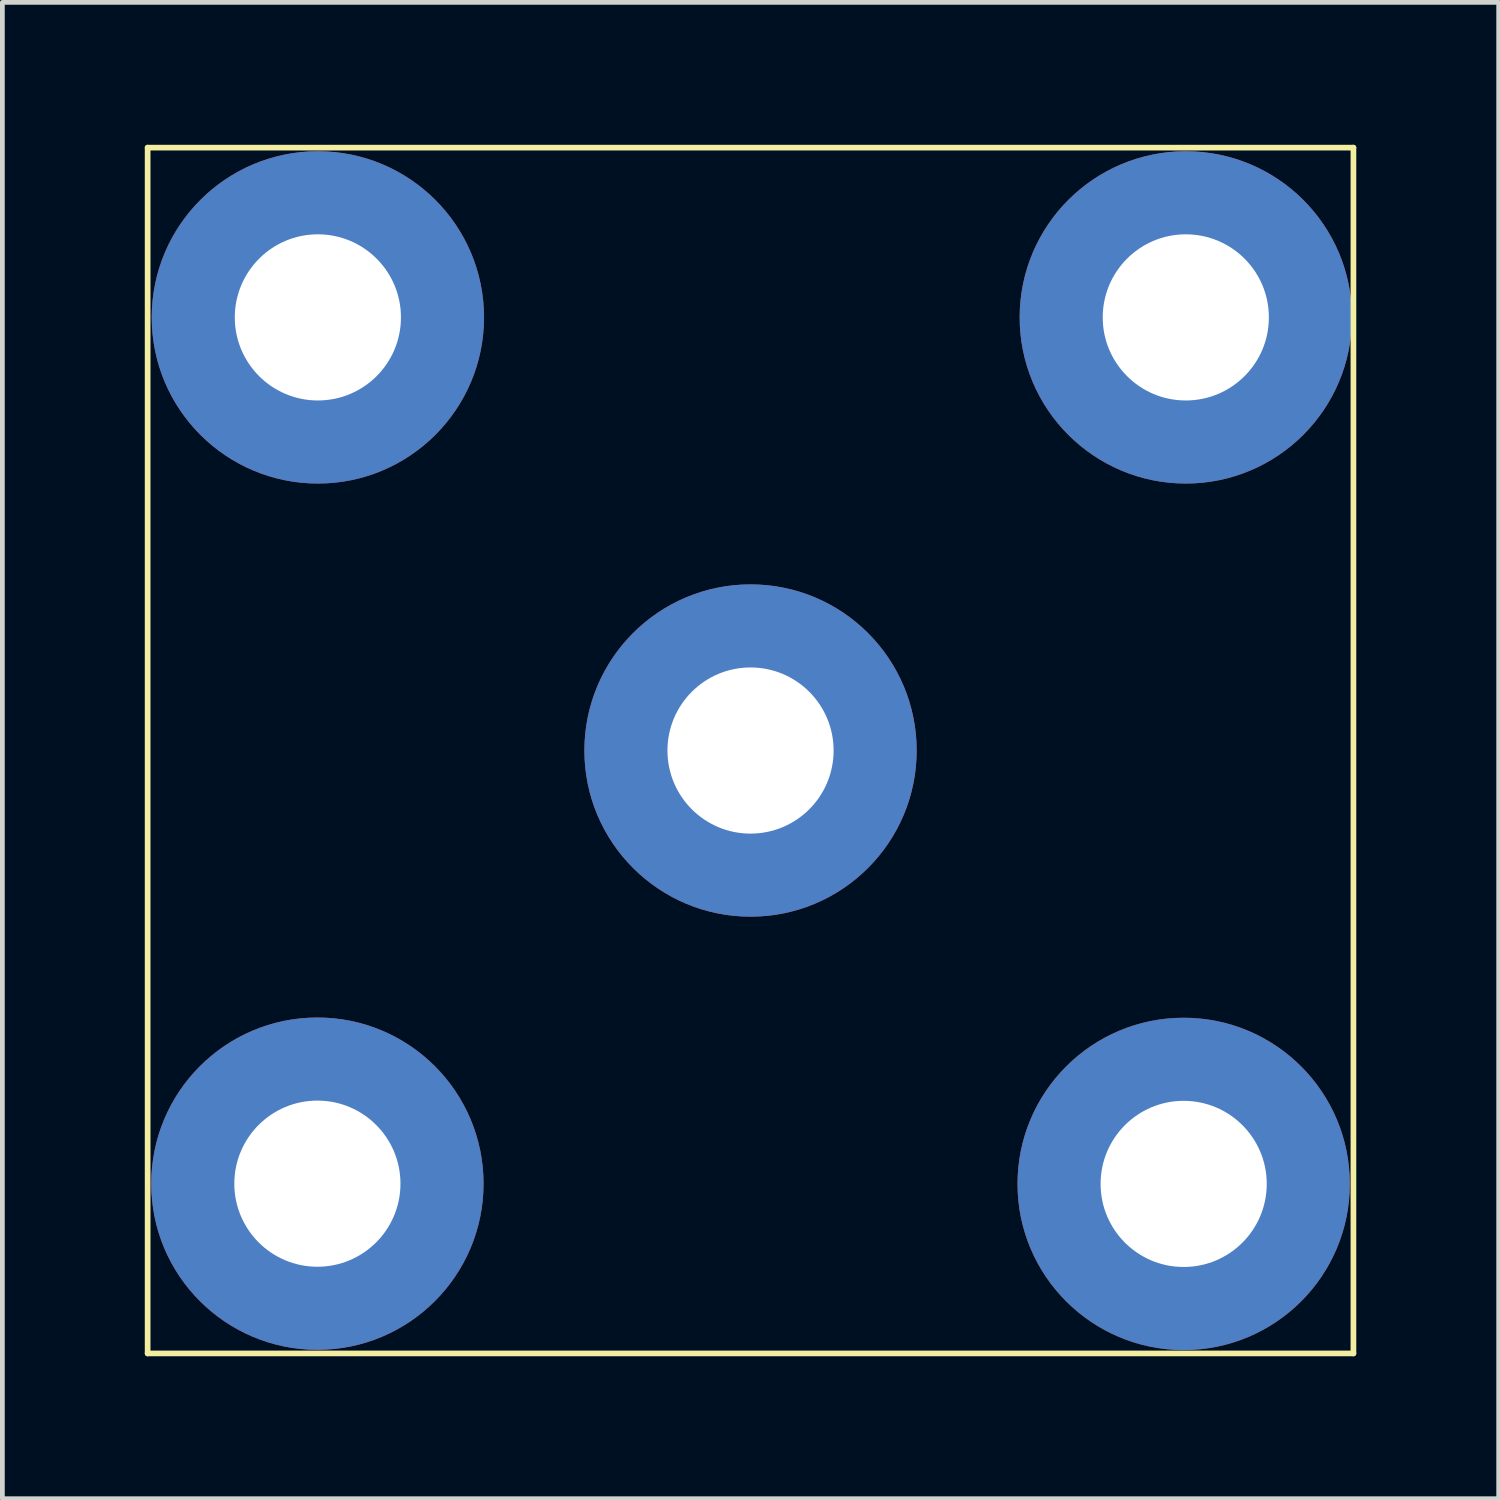
<source format=kicad_pcb>
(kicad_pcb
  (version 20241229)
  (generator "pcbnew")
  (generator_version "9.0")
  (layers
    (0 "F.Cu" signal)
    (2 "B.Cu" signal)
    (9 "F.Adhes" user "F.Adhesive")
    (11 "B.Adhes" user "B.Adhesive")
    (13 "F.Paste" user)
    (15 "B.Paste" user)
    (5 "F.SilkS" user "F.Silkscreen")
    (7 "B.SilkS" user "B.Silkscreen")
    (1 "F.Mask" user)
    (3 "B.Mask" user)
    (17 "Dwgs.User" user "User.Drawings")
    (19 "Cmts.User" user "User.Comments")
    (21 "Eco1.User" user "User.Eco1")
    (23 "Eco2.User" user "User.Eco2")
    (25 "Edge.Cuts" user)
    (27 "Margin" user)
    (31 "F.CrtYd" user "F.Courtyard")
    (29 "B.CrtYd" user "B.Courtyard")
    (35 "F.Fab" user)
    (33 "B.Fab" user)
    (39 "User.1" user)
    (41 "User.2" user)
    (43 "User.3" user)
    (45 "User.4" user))
  (footprint "s"
    (layer "F.Cu")
    (at 12.76 12.76)
    (property "Reference" "s" (at 0 0.5 0) (layer "F.SilkS") (effects (font (size 1 1) (thickness 0.15))))
    (attr through_hole)
    (fp_line (start -12.7 -12.7) (end 12.7 -12.7) (stroke (width 0.12) (type solid)) (layer "F.SilkS"))
    (fp_line (start -12.7 12.7) (end -12.7 -12.7) (stroke (width 0.12) (type solid)) (layer "F.SilkS"))
    (fp_line (start 12.7 -12.7) (end 12.7 12.7) (stroke (width 0.12) (type solid)) (layer "F.SilkS"))
    (fp_line (start 12.7 12.7) (end -12.7 12.7) (stroke (width 0.12) (type solid)) (layer "F.SilkS"))
    (pad "1" thru_hole circle (at 0 0) (size 7 7) (drill 3.5) (layers "*.Cu" "*.Mask"))
    (pad "2" thru_hole circle (at -9.124 9.124) (size 7 7) (drill 3.5) (layers "*.Cu" "*.Mask"))
    (pad "2" thru_hole circle (at -9.114 -9.124) (size 7 7) (drill 3.5) (layers "*.Cu" "*.Mask"))
    (pad "2" thru_hole circle (at 9.124 9.129) (size 7 7) (drill 3.5) (layers "*.Cu" "*.Mask"))
    (pad "2" thru_hole circle (at 9.169 -9.124) (size 7 7) (drill 3.5) (layers "*.Cu" "*.Mask")))
  (gr_rect
    (start -3 -3)
    (end 28.52 28.52)
    (stroke (width 0.1) (type default))
    (fill no)
    (layer "Edge.Cuts")))
</source>
